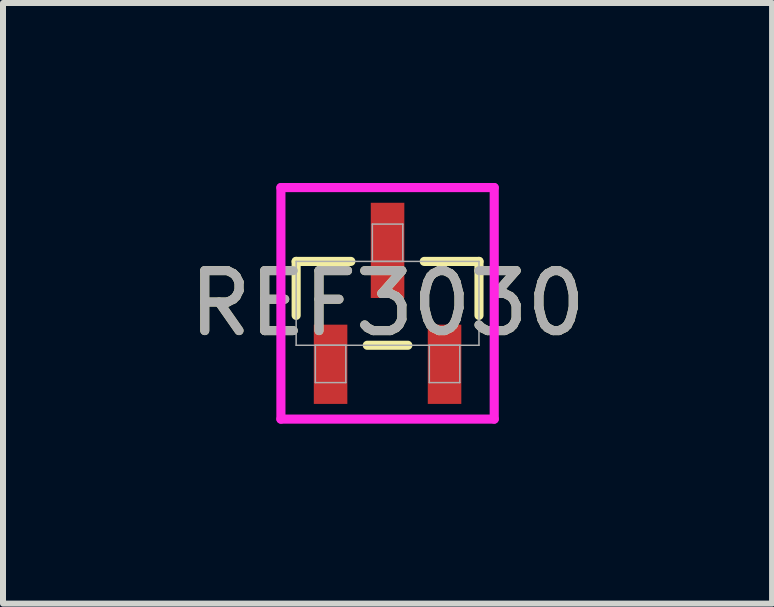
<source format=kicad_pcb>
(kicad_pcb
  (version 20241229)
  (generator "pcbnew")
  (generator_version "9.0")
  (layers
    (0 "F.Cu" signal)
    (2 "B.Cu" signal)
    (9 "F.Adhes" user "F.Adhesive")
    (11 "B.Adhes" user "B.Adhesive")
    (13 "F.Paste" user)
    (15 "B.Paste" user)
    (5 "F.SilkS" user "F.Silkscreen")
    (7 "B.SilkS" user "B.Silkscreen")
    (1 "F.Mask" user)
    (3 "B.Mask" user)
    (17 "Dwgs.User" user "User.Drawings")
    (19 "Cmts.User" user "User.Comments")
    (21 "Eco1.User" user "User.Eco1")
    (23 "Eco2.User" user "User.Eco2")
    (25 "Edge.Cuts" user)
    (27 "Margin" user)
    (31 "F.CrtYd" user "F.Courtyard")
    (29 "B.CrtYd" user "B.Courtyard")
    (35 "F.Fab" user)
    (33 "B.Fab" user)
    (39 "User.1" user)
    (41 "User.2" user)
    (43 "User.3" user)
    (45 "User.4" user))
  (footprint "REF3030"
    (layer "F.Cu")
    (at 3.411 2.007)
    (property "Reference" "REF3030" (at 0 0 0) (unlocked yes) (layer "F.SilkS") (effects (font (size 1 1) (thickness 0.15))))
    (attr smd)
    (fp_line (start -1.524 -0.699) (end -1.524 0.201) (stroke (width 0.152) (type solid)) (layer "F.SilkS"))
    (fp_line (start -0.612 -0.699) (end -1.524 -0.699) (stroke (width 0.152) (type solid)) (layer "F.SilkS"))
    (fp_line (start -0.338 0.699) (end 0.338 0.699) (stroke (width 0.152) (type solid)) (layer "F.SilkS"))
    (fp_line (start 1.524 -0.699) (end 0.612 -0.699) (stroke (width 0.152) (type solid)) (layer "F.SilkS"))
    (fp_line (start 1.524 0.201) (end 1.524 -0.699) (stroke (width 0.152) (type solid)) (layer "F.SilkS"))
    (fp_line (start -1.778 -1.93) (end 1.778 -1.93) (stroke (width 0.152) (type solid)) (layer "F.CrtYd"))
    (fp_line (start -1.778 1.93) (end -1.778 -1.93) (stroke (width 0.152) (type solid)) (layer "F.CrtYd"))
    (fp_line (start 1.778 -1.93) (end 1.778 1.93) (stroke (width 0.152) (type solid)) (layer "F.CrtYd"))
    (fp_line (start 1.778 1.93) (end -1.778 1.93) (stroke (width 0.152) (type solid)) (layer "F.CrtYd"))
    (fp_line (start -1.524 -0.699) (end -1.524 0.699) (stroke (width 0.025) (type solid)) (layer "F.Fab"))
    (fp_line (start -1.524 0.699) (end 1.524 0.699) (stroke (width 0.025) (type solid)) (layer "F.Fab"))
    (fp_line (start -1.204 0.699) (end -1.204 1.321) (stroke (width 0.025) (type solid)) (layer "F.Fab"))
    (fp_line (start -1.204 1.321) (end -0.696 1.321) (stroke (width 0.025) (type solid)) (layer "F.Fab"))
    (fp_line (start -0.696 0.699) (end -1.204 0.699) (stroke (width 0.025) (type solid)) (layer "F.Fab"))
    (fp_line (start -0.696 1.321) (end -0.696 0.699) (stroke (width 0.025) (type solid)) (layer "F.Fab"))
    (fp_line (start -0.254 -1.321) (end -0.254 -0.699) (stroke (width 0.025) (type solid)) (layer "F.Fab"))
    (fp_line (start -0.254 -0.699) (end 0.254 -0.699) (stroke (width 0.025) (type solid)) (layer "F.Fab"))
    (fp_line (start 0.254 -1.321) (end -0.254 -1.321) (stroke (width 0.025) (type solid)) (layer "F.Fab"))
    (fp_line (start 0.254 -0.699) (end 0.254 -1.321) (stroke (width 0.025) (type solid)) (layer "F.Fab"))
    (fp_line (start 0.696 0.699) (end 0.696 1.321) (stroke (width 0.025) (type solid)) (layer "F.Fab"))
    (fp_line (start 0.696 1.321) (end 1.204 1.321) (stroke (width 0.025) (type solid)) (layer "F.Fab"))
    (fp_line (start 1.204 0.699) (end 0.696 0.699) (stroke (width 0.025) (type solid)) (layer "F.Fab"))
    (fp_line (start 1.204 1.321) (end 1.204 0.699) (stroke (width 0.025) (type solid)) (layer "F.Fab"))
    (fp_line (start 1.524 -0.699) (end -1.524 -0.699) (stroke (width 0.025) (type solid)) (layer "F.Fab"))
    (fp_line (start 1.524 0.699) (end 1.524 -0.699) (stroke (width 0.025) (type solid)) (layer "F.Fab"))
    (fp_text user "${REFERENCE}" (at 0 0 0) (unlocked yes) (layer "F.Fab") (effects (font (size 1 1) (thickness 0.15))))
    (pad "1" smd rect (at -0.95 1.016) (size 0.559 1.321) (layers "F.Cu" "F.Mask" "F.Paste"))
    (pad "2" smd rect (at 0.95 1.016) (size 0.559 1.321) (layers "F.Cu" "F.Mask" "F.Paste"))
    (pad "3" smd rect (at 0 -0.883) (size 0.559 1.587) (layers "F.Cu" "F.Mask" "F.Paste")))
  (gr_rect
    (start -3 -3)
    (end 9.821 7.013)
    (stroke (width 0.1) (type default))
    (fill no)
    (layer "Edge.Cuts")))
</source>
